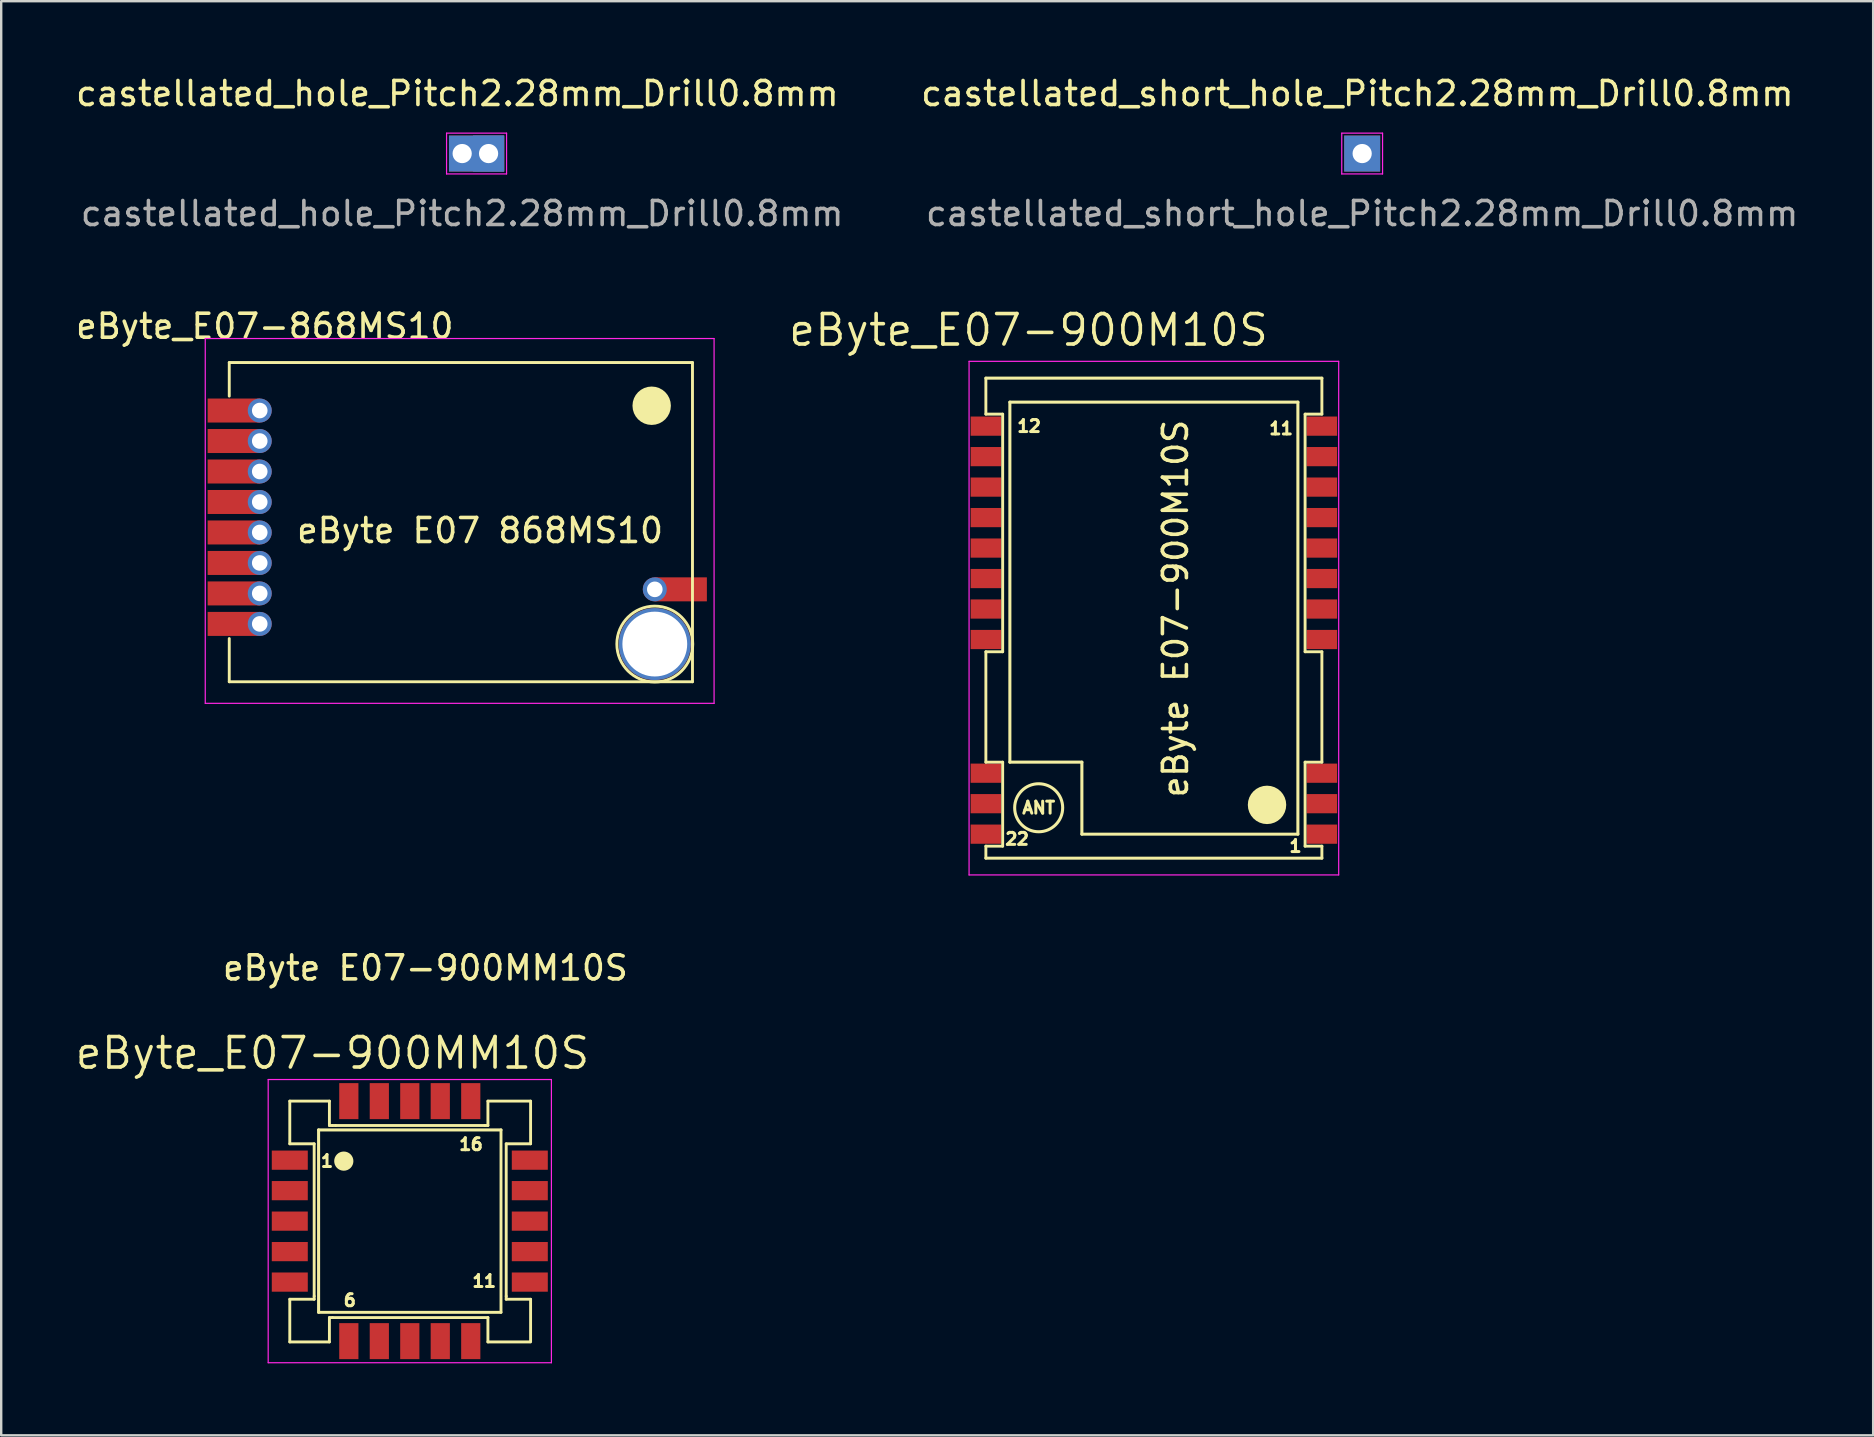
<source format=kicad_pcb>
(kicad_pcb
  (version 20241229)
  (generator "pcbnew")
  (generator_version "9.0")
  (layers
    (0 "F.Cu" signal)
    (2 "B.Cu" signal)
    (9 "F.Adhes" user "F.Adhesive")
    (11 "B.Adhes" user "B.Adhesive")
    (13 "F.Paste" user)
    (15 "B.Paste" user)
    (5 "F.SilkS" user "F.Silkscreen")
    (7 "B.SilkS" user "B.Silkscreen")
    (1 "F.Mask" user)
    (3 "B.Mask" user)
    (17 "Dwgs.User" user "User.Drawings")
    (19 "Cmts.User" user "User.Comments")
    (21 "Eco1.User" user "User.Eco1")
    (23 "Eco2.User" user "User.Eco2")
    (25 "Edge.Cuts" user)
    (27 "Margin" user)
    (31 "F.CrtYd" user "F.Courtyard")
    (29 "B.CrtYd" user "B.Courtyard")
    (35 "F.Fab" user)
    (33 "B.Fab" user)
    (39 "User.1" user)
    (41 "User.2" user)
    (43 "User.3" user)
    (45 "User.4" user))
  (footprint "eByte_E07-868MS10"
    (layer "F.Cu")
    (at 6.502 12.055)
    (property "Reference" "eByte_E07-868MS10" (at 1.48 -1.51 0) (layer "F.SilkS") (effects (font (size 1 1) (thickness 0.15))))
    (attr through_hole)
    (fp_line (start 0 0) (end 0 1.4) (stroke (width 0.12) (type solid)) (layer "F.SilkS"))
    (fp_line (start 0 0) (end 19.3 0) (stroke (width 0.12) (type solid)) (layer "F.SilkS"))
    (fp_line (start 0 13.3) (end 0 11.5) (stroke (width 0.12) (type solid)) (layer "F.SilkS"))
    (fp_line (start 19.3 0) (end 19.3 13.3) (stroke (width 0.12) (type solid)) (layer "F.SilkS"))
    (fp_line (start 19.3 13.3) (end 0 13.3) (stroke (width 0.12) (type solid)) (layer "F.SilkS"))
    (fp_circle (center 17.6 1.8) (end 18 1.8) (stroke (width 0.8) (type solid)) (fill no) (layer "F.SilkS"))
    (fp_circle (center 17.73 11.73) (end 19.311 11.73) (stroke (width 0.12) (type solid)) (fill no) (layer "F.SilkS"))
    (fp_circle (center 17.73 11.73) (end 18.855 11.73) (stroke (width 0.15) (type solid)) (fill no) (layer "Cmts.User"))
    (fp_line (start -1 -1) (end 20.2 -1) (stroke (width 0.05) (type solid)) (layer "F.CrtYd"))
    (fp_line (start -1 14.2) (end -1 -1) (stroke (width 0.05) (type solid)) (layer "F.CrtYd"))
    (fp_line (start 20.2 -1) (end 20.2 14.2) (stroke (width 0.05) (type solid)) (layer "F.CrtYd"))
    (fp_line (start 20.2 14.2) (end -1 14.2) (stroke (width 0.05) (type solid)) (layer "F.CrtYd"))
    (fp_text user "eByte E07 868MS10" (at 10.45 7 0) (layer "F.SilkS") (effects (font (size 1 1) (thickness 0.15))))
    (pad "1A" thru_hole circle (at 17.73 9.45) (size 1 1) (drill 0.65) (layers "*.Cu" "*.Mask"))
    (pad "1A" smd rect (at 18.815 9.45) (size 2.17 1) (layers "F.Cu" "F.Mask"))
    (pad "1C" smd rect (at 0.185 2) (size 2.17 1) (layers "F.Cu" "F.Mask"))
    (pad "1C" thru_hole circle (at 1.27 2) (size 1 1) (drill 0.65) (layers "*.Cu" "*.Mask"))
    (pad "2A" thru_hole circle (at 17.73 11.73) (size 3 3) (drill 2.7) (layers "*.Cu" "*.Mask"))
    (pad "2C" smd rect (at 0.185 3.27) (size 2.17 1) (layers "F.Cu" "F.Mask"))
    (pad "2C" thru_hole circle (at 1.27 3.27) (size 1 1) (drill 0.65) (layers "*.Cu" "*.Mask"))
    (pad "3C" smd rect (at 0.185 4.54) (size 2.17 1) (layers "F.Cu" "F.Mask"))
    (pad "3C" thru_hole circle (at 1.27 4.54) (size 1 1) (drill 0.65) (layers "*.Cu" "*.Mask"))
    (pad "4C" smd rect (at 0.185 5.81) (size 2.17 1) (layers "F.Cu" "F.Mask"))
    (pad "4C" thru_hole circle (at 1.27 5.81) (size 1 1) (drill 0.65) (layers "*.Cu" "*.Mask"))
    (pad "5C" smd rect (at 0.185 7.08) (size 2.17 1) (layers "F.Cu" "F.Mask"))
    (pad "5C" thru_hole circle (at 1.27 7.08) (size 1 1) (drill 0.65) (layers "*.Cu" "*.Mask"))
    (pad "6C" smd rect (at 0.185 8.35) (size 2.17 1) (layers "F.Cu" "F.Mask"))
    (pad "6C" thru_hole circle (at 1.27 8.35) (size 1 1) (drill 0.65) (layers "*.Cu" "*.Mask"))
    (pad "7C" smd rect (at 0.185 9.62) (size 2.17 1) (layers "F.Cu" "F.Mask"))
    (pad "7C" thru_hole circle (at 1.27 9.62) (size 1 1) (drill 0.65) (layers "*.Cu" "*.Mask"))
    (pad "8C" smd rect (at 0.185 10.89) (size 2.17 1) (layers "F.Cu" "F.Mask"))
    (pad "8C" thru_hole circle (at 1.27 10.89) (size 1 1) (drill 0.65) (layers "*.Cu" "*.Mask")))
  (footprint "eByte_E07-900MM10S"
    (layer "F.Cu")
    (at 9.024 42.828)
    (property "Reference" "eByte_E07-900MM10S" (at 1.778 -2.002 0) (layer "F.SilkS") (effects (font (size 1.27 1.27) (thickness 0.15))))
    (attr smd)
    (fp_line (start 0 1.778) (end 0 0) (stroke (width 0.12) (type default)) (layer "F.SilkS"))
    (fp_line (start 0 1.778) (end 1.016 1.778) (stroke (width 0.12) (type default)) (layer "F.SilkS"))
    (fp_line (start 0 8.255) (end 0 10.033) (stroke (width 0.12) (type default)) (layer "F.SilkS"))
    (fp_line (start 1.016 1.778) (end 1.016 8.128) (stroke (width 0.12) (type default)) (layer "F.SilkS"))
    (fp_line (start 1.016 8.128) (end 1.016 8.255) (stroke (width 0.12) (type default)) (layer "F.SilkS"))
    (fp_line (start 1.016 8.255) (end 0 8.255) (stroke (width 0.12) (type default)) (layer "F.SilkS"))
    (fp_line (start 1.2 1.2) (end 8.8 1.2) (stroke (width 0.127) (type solid)) (layer "F.SilkS"))
    (fp_line (start 1.2 8.8) (end 1.2 1.2) (stroke (width 0.127) (type solid)) (layer "F.SilkS"))
    (fp_line (start 1.2 8.8) (end 8.8 8.8) (stroke (width 0.12) (type solid)) (layer "F.SilkS"))
    (fp_line (start 1.651 0) (end 0 0) (stroke (width 0.12) (type default)) (layer "F.SilkS"))
    (fp_line (start 1.651 1.016) (end 1.651 0) (stroke (width 0.12) (type default)) (layer "F.SilkS"))
    (fp_line (start 1.651 9.017) (end 1.651 10.033) (stroke (width 0.12) (type default)) (layer "F.SilkS"))
    (fp_line (start 1.651 10.033) (end 0 10.033) (stroke (width 0.12) (type default)) (layer "F.SilkS"))
    (fp_line (start 1.778 1.016) (end 1.651 1.016) (stroke (width 0.12) (type default)) (layer "F.SilkS"))
    (fp_line (start 1.778 9.017) (end 1.651 9.017) (stroke (width 0.12) (type default)) (layer "F.SilkS"))
    (fp_line (start 1.778 9.017) (end 8.255 9.017) (stroke (width 0.12) (type default)) (layer "F.SilkS"))
    (fp_line (start 1.905 1.016) (end 1.778 1.016) (stroke (width 0.12) (type default)) (layer "F.SilkS"))
    (fp_line (start 8.128 1.016) (end 1.905 1.016) (stroke (width 0.12) (type default)) (layer "F.SilkS"))
    (fp_line (start 8.128 1.016) (end 8.255 1.016) (stroke (width 0.12) (type default)) (layer "F.SilkS"))
    (fp_line (start 8.255 0) (end 10.033 0) (stroke (width 0.12) (type default)) (layer "F.SilkS"))
    (fp_line (start 8.255 1.016) (end 8.255 0) (stroke (width 0.12) (type default)) (layer "F.SilkS"))
    (fp_line (start 8.255 10.033) (end 8.255 9.017) (stroke (width 0.12) (type default)) (layer "F.SilkS"))
    (fp_line (start 8.255 10.033) (end 10 10.033) (stroke (width 0.12) (type default)) (layer "F.SilkS"))
    (fp_line (start 8.8 8.8) (end 8.8 1.2) (stroke (width 0.12) (type solid)) (layer "F.SilkS"))
    (fp_line (start 9.017 8.128) (end 9.017 1.778) (stroke (width 0.12) (type default)) (layer "F.SilkS"))
    (fp_line (start 9.017 8.128) (end 9.017 8.255) (stroke (width 0.12) (type default)) (layer "F.SilkS"))
    (fp_line (start 9.017 8.255) (end 10.033 8.255) (stroke (width 0.12) (type default)) (layer "F.SilkS"))
    (fp_line (start 10.033 1.778) (end 9.017 1.778) (stroke (width 0.12) (type default)) (layer "F.SilkS"))
    (fp_line (start 10.033 1.778) (end 10.033 0) (stroke (width 0.12) (type default)) (layer "F.SilkS"))
    (fp_line (start 10.033 8.255) (end 10.033 10.033) (stroke (width 0.12) (type default)) (layer "F.SilkS"))
    (fp_circle (center 2.25 2.5) (end 2.55 2.5) (stroke (width 0.2) (type solid)) (fill yes) (layer "F.SilkS"))
    (fp_line (start -0.9 -0.9) (end 10.9 -0.9) (stroke (width 0.05) (type solid)) (layer "F.CrtYd"))
    (fp_line (start -0.9 10.9) (end -0.9 -0.9) (stroke (width 0.05) (type solid)) (layer "F.CrtYd"))
    (fp_line (start 10.9 -0.9) (end 10.9 10.9) (stroke (width 0.05) (type solid)) (layer "F.CrtYd"))
    (fp_line (start 10.9 10.9) (end -0.9 10.9) (stroke (width 0.05) (type solid)) (layer "F.CrtYd"))
    (fp_text user "16" (at 7.55 1.8 0) (unlocked yes) (layer "F.SilkS") (effects (font (size 0.5 0.5) (thickness 0.125))))
    (fp_text user "11" (at 8.1 7.5 0) (unlocked yes) (layer "F.SilkS") (effects (font (size 0.5 0.5) (thickness 0.125))))
    (fp_text user "eByte E07-900MM10S" (at 5.65 -5.55 180) (layer "F.SilkS") (effects (font (size 1 1) (thickness 0.15))))
    (fp_text user "1" (at 1.55 2.5 0) (unlocked yes) (layer "F.SilkS") (effects (font (size 0.5 0.5) (thickness 0.125))))
    (fp_text user "6" (at 2.5 8.3 0) (unlocked yes) (layer "F.SilkS") (effects (font (size 0.5 0.5) (thickness 0.125))))
    (pad "1A" smd rect (at 10 2.46 180) (size 1.5 0.8) (layers "F.Cu" "F.Mask" "F.Paste"))
    (pad "1B" smd rect (at 2.46 10 90) (size 1.5 0.8) (layers "F.Cu" "F.Mask" "F.Paste"))
    (pad "1C" smd rect (at 0 2.46) (size 1.5 0.8) (layers "F.Cu" "F.Mask" "F.Paste"))
    (pad "1D" smd rect (at 2.46 0 270) (size 1.5 0.8) (layers "F.Cu" "F.Mask" "F.Paste"))
    (pad "2A" smd rect (at 10 3.73 180) (size 1.5 0.8) (layers "F.Cu" "F.Mask" "F.Paste"))
    (pad "2B" smd rect (at 3.73 10 90) (size 1.5 0.8) (layers "F.Cu" "F.Mask" "F.Paste"))
    (pad "2C" smd rect (at 0 3.73) (size 1.5 0.8) (layers "F.Cu" "F.Mask" "F.Paste"))
    (pad "2D" smd rect (at 3.73 0 270) (size 1.5 0.8) (layers "F.Cu" "F.Mask" "F.Paste"))
    (pad "3A" smd rect (at 10 5 180) (size 1.5 0.8) (layers "F.Cu" "F.Mask" "F.Paste"))
    (pad "3B" smd rect (at 5 10 90) (size 1.5 0.8) (layers "F.Cu" "F.Mask" "F.Paste"))
    (pad "3C" smd rect (at 0 5) (size 1.5 0.8) (layers "F.Cu" "F.Mask" "F.Paste"))
    (pad "3D" smd rect (at 5 0 270) (size 1.5 0.8) (layers "F.Cu" "F.Mask" "F.Paste"))
    (pad "4A" smd rect (at 10 6.27 180) (size 1.5 0.8) (layers "F.Cu" "F.Mask" "F.Paste"))
    (pad "4B" smd rect (at 6.27 10 90) (size 1.5 0.8) (layers "F.Cu" "F.Mask" "F.Paste"))
    (pad "4C" smd rect (at 0 6.27) (size 1.5 0.8) (layers "F.Cu" "F.Mask" "F.Paste"))
    (pad "4D" smd rect (at 6.27 0 270) (size 1.5 0.8) (layers "F.Cu" "F.Mask" "F.Paste"))
    (pad "5A" smd rect (at 10 7.54 180) (size 1.5 0.8) (layers "F.Cu" "F.Mask" "F.Paste"))
    (pad "5B" smd rect (at 7.54 10 90) (size 1.5 0.8) (layers "F.Cu" "F.Mask" "F.Paste"))
    (pad "5C" smd rect (at 0 7.54) (size 1.5 0.8) (layers "F.Cu" "F.Mask" "F.Paste"))
    (pad "5D" smd rect (at 7.54 0 270) (size 1.5 0.8) (layers "F.Cu" "F.Mask" "F.Paste")))
  (footprint "castellated_short_hole_Pitch2.28mm_Drill0.8mm"
    (layer "F.Cu")
    (at 53.704 3.348)
    (property "Reference" "castellated_short_hole_Pitch2.28mm_Drill0.8mm" (at -0.2 -2.5 0) (unlocked yes) (layer "F.SilkS") (effects (font (size 1 1) (thickness 0.15))))
    (attr smd)
    (fp_line (start -0.85 -0.85) (end 0.85 -0.85) (stroke (width 0.05) (type solid)) (layer "F.CrtYd"))
    (fp_line (start -0.85 0.85) (end -0.85 -0.85) (stroke (width 0.05) (type solid)) (layer "F.CrtYd"))
    (fp_line (start 0.85 -0.85) (end 0.85 0.85) (stroke (width 0.05) (type solid)) (layer "F.CrtYd"))
    (fp_line (start 0.85 0.85) (end -0.85 0.85) (stroke (width 0.05) (type solid)) (layer "F.CrtYd"))
    (fp_text user "${REFERENCE}" (at 0 2.5 0) (unlocked yes) (layer "F.Fab") (effects (font (size 1 1) (thickness 0.15))))
    (pad "1" thru_hole rect (at 0 0) (size 1.5 1.5) (drill 0.8) (property pad_prop_castellated) (layers "*.Cu" "*.Mask")))
  (footprint "eByte_E07-900M10S"
    (layer "F.Cu")
    (at 38.026 12.705)
    (property "Reference" "eByte_E07-900M10S" (at 1.778 -2.002 0) (layer "F.SilkS") (effects (font (size 1.27 1.27) (thickness 0.15))))
    (attr smd)
    (fp_line (start 0 0) (end 0 1.5) (stroke (width 0.12) (type solid)) (layer "F.SilkS"))
    (fp_line (start 0 1.5) (end 0.7 1.5) (stroke (width 0.12) (type solid)) (layer "F.SilkS"))
    (fp_line (start 0 11.4) (end 0 16) (stroke (width 0.12) (type solid)) (layer "F.SilkS"))
    (fp_line (start 0 16) (end 0.7 16) (stroke (width 0.12) (type solid)) (layer "F.SilkS"))
    (fp_line (start 0 19.5) (end 0 20) (stroke (width 0.12) (type solid)) (layer "F.SilkS"))
    (fp_line (start 0 20) (end 14 20) (stroke (width 0.127) (type solid)) (layer "F.SilkS"))
    (fp_line (start 0.7 1.5) (end 0.7 11.4) (stroke (width 0.12) (type solid)) (layer "F.SilkS"))
    (fp_line (start 0.7 11.4) (end 0 11.4) (stroke (width 0.12) (type solid)) (layer "F.SilkS"))
    (fp_line (start 0.7 16) (end 0.7 19.5) (stroke (width 0.12) (type solid)) (layer "F.SilkS"))
    (fp_line (start 0.7 19.5) (end 0 19.5) (stroke (width 0.12) (type solid)) (layer "F.SilkS"))
    (fp_line (start 1 1) (end 13 1) (stroke (width 0.127) (type solid)) (layer "F.SilkS"))
    (fp_line (start 1 16) (end 1 1) (stroke (width 0.127) (type solid)) (layer "F.SilkS"))
    (fp_line (start 4 16) (end 1 16) (stroke (width 0.127) (type solid)) (layer "F.SilkS"))
    (fp_line (start 4 19) (end 4 16) (stroke (width 0.127) (type solid)) (layer "F.SilkS"))
    (fp_line (start 13 1) (end 13 19) (stroke (width 0.127) (type solid)) (layer "F.SilkS"))
    (fp_line (start 13 19) (end 4 19) (stroke (width 0.127) (type solid)) (layer "F.SilkS"))
    (fp_line (start 13.3 1.5) (end 13.3 11.4) (stroke (width 0.12) (type solid)) (layer "F.SilkS"))
    (fp_line (start 13.3 11.4) (end 14 11.4) (stroke (width 0.12) (type solid)) (layer "F.SilkS"))
    (fp_line (start 13.3 16) (end 13.3 19.5) (stroke (width 0.12) (type solid)) (layer "F.SilkS"))
    (fp_line (start 13.3 19.5) (end 14 19.5) (stroke (width 0.12) (type solid)) (layer "F.SilkS"))
    (fp_line (start 14 0) (end 0 0) (stroke (width 0.127) (type solid)) (layer "F.SilkS"))
    (fp_line (start 14 0) (end 14 1.5) (stroke (width 0.12) (type solid)) (layer "F.SilkS"))
    (fp_line (start 14 1.5) (end 13.3 1.5) (stroke (width 0.12) (type solid)) (layer "F.SilkS"))
    (fp_line (start 14 11.4) (end 14 16) (stroke (width 0.12) (type solid)) (layer "F.SilkS"))
    (fp_line (start 14 16) (end 13.3 16) (stroke (width 0.12) (type solid)) (layer "F.SilkS"))
    (fp_line (start 14 19.5) (end 14 20) (stroke (width 0.12) (type solid)) (layer "F.SilkS"))
    (fp_circle (center 2.2 17.9) (end 2.2 18.9) (stroke (width 0.127) (type solid)) (fill no) (layer "F.SilkS"))
    (fp_circle (center 11.714 17.78) (end 11.714 18.18) (stroke (width 0.8) (type solid)) (fill no) (layer "F.SilkS"))
    (fp_line (start -0.7 -0.7) (end 14.7 -0.7) (stroke (width 0.05) (type solid)) (layer "F.CrtYd"))
    (fp_line (start -0.7 20.7) (end -0.7 -0.7) (stroke (width 0.05) (type solid)) (layer "F.CrtYd"))
    (fp_line (start 14.7 -0.7) (end 14.7 20.7) (stroke (width 0.05) (type solid)) (layer "F.CrtYd"))
    (fp_line (start 14.7 20.7) (end -0.7 20.7) (stroke (width 0.05) (type solid)) (layer "F.CrtYd"))
    (fp_text user "11" (at 12.3 2.1 0) (unlocked yes) (layer "F.SilkS") (effects (font (size 0.5 0.5) (thickness 0.125))))
    (fp_text user "22" (at 1.3 19.2 0) (unlocked yes) (layer "F.SilkS") (effects (font (size 0.5 0.5) (thickness 0.125))))
    (fp_text user "ANT" (at 2.2 17.9 0) (unlocked yes) (layer "F.SilkS") (effects (font (size 0.5 0.5) (thickness 0.125))))
    (fp_text user "eByte E07-900M10S" (at 7.9 9.6 90) (layer "F.SilkS") (effects (font (size 1 1) (thickness 0.15))))
    (fp_text user "1" (at 12.9 19.5 0) (unlocked yes) (layer "F.SilkS") (effects (font (size 0.5 0.5) (thickness 0.125))))
    (fp_text user "12" (at 1.8 2 0) (unlocked yes) (layer "F.SilkS") (effects (font (size 0.5 0.5) (thickness 0.125))))
    (pad "1A" smd rect (at 14 2) (size 1.27 0.8) (layers "F.Cu" "F.Mask" "F.Paste"))
    (pad "1C" smd rect (at 0 2) (size 1.27 0.8) (layers "F.Cu" "F.Mask" "F.Paste"))
    (pad "2A" smd rect (at 14 3.27) (size 1.27 0.8) (layers "F.Cu" "F.Mask" "F.Paste"))
    (pad "2C" smd rect (at 0 3.27) (size 1.27 0.8) (layers "F.Cu" "F.Mask" "F.Paste"))
    (pad "3A" smd rect (at 14 4.54) (size 1.27 0.8) (layers "F.Cu" "F.Mask" "F.Paste"))
    (pad "3C" smd rect (at 0 4.54) (size 1.27 0.8) (layers "F.Cu" "F.Mask" "F.Paste"))
    (pad "4A" smd rect (at 14 5.81) (size 1.27 0.8) (layers "F.Cu" "F.Mask" "F.Paste"))
    (pad "4C" smd rect (at 0 5.81) (size 1.27 0.8) (layers "F.Cu" "F.Mask" "F.Paste"))
    (pad "5A" smd rect (at 14 7.08) (size 1.27 0.8) (layers "F.Cu" "F.Mask" "F.Paste"))
    (pad "5C" smd rect (at 0 7.08) (size 1.27 0.8) (layers "F.Cu" "F.Mask" "F.Paste"))
    (pad "6A" smd rect (at 14 8.35) (size 1.27 0.8) (layers "F.Cu" "F.Mask" "F.Paste"))
    (pad "6C" smd rect (at 0 8.35) (size 1.27 0.8) (layers "F.Cu" "F.Mask" "F.Paste"))
    (pad "7A" smd rect (at 14 9.62) (size 1.27 0.8) (layers "F.Cu" "F.Mask" "F.Paste"))
    (pad "7C" smd rect (at 0 9.62) (size 1.27 0.8) (layers "F.Cu" "F.Mask" "F.Paste"))
    (pad "8A" smd rect (at 14 10.89) (size 1.27 0.8) (layers "F.Cu" "F.Mask" "F.Paste"))
    (pad "8C" smd rect (at 0 10.89) (size 1.27 0.8) (layers "F.Cu" "F.Mask" "F.Paste"))
    (pad "9A" smd rect (at 14 16.46) (size 1.27 0.8) (layers "F.Cu" "F.Mask" "F.Paste"))
    (pad "9C" smd rect (at 0 16.46) (size 1.27 0.8) (layers "F.Cu" "F.Mask" "F.Paste"))
    (pad "10A" smd rect (at 14 17.73) (size 1.27 0.8) (layers "F.Cu" "F.Mask" "F.Paste"))
    (pad "10C" smd rect (at 0 17.73) (size 1.27 0.8) (layers "F.Cu" "F.Mask" "F.Paste"))
    (pad "11A" smd rect (at 14 19) (size 1.27 0.8) (layers "F.Cu" "F.Mask" "F.Paste"))
    (pad "11C" smd rect (at 0 19) (size 1.27 0.8) (layers "F.Cu" "F.Mask" "F.Paste")))
  (footprint "castellated_hole_Pitch2.28mm_Drill0.8mm"
    (layer "F.Cu")
    (at 16.206 3.348)
    (property "Reference" "castellated_hole_Pitch2.28mm_Drill0.8mm" (at -0.2 -2.5 0) (unlocked yes) (layer "F.SilkS") (effects (font (size 1 1) (thickness 0.15))))
    (attr smd)
    (fp_line (start -0.65 -0.85) (end 1.85 -0.85) (stroke (width 0.05) (type solid)) (layer "F.CrtYd"))
    (fp_line (start -0.65 0.85) (end -0.65 -0.85) (stroke (width 0.05) (type solid)) (layer "F.CrtYd"))
    (fp_line (start 1.85 -0.85) (end 1.85 0.85) (stroke (width 0.05) (type solid)) (layer "F.CrtYd"))
    (fp_line (start 1.85 0.85) (end -0.65 0.85) (stroke (width 0.05) (type solid)) (layer "F.CrtYd"))
    (fp_text user "${REFERENCE}" (at 0 2.5 0) (unlocked yes) (layer "F.Fab") (effects (font (size 1 1) (thickness 0.15))))
    (pad "1" thru_hole rect (at 0 0) (size 2.3 1.5) (drill 0.8 (offset 0.6 0)) (property pad_prop_castellated) (layers "*.Cu" "*.Mask"))
    (pad "1" thru_hole rect (at 1.1 0) (size 1.3 1.5) (drill 0.8) (property pad_prop_castellated) (layers "*.Cu" "*.Mask")))
  (gr_rect
    (start -3 -3)
    (end 74.995 56.753)
    (stroke (width 0.1) (type default))
    (fill no)
    (layer "Edge.Cuts")))
</source>
